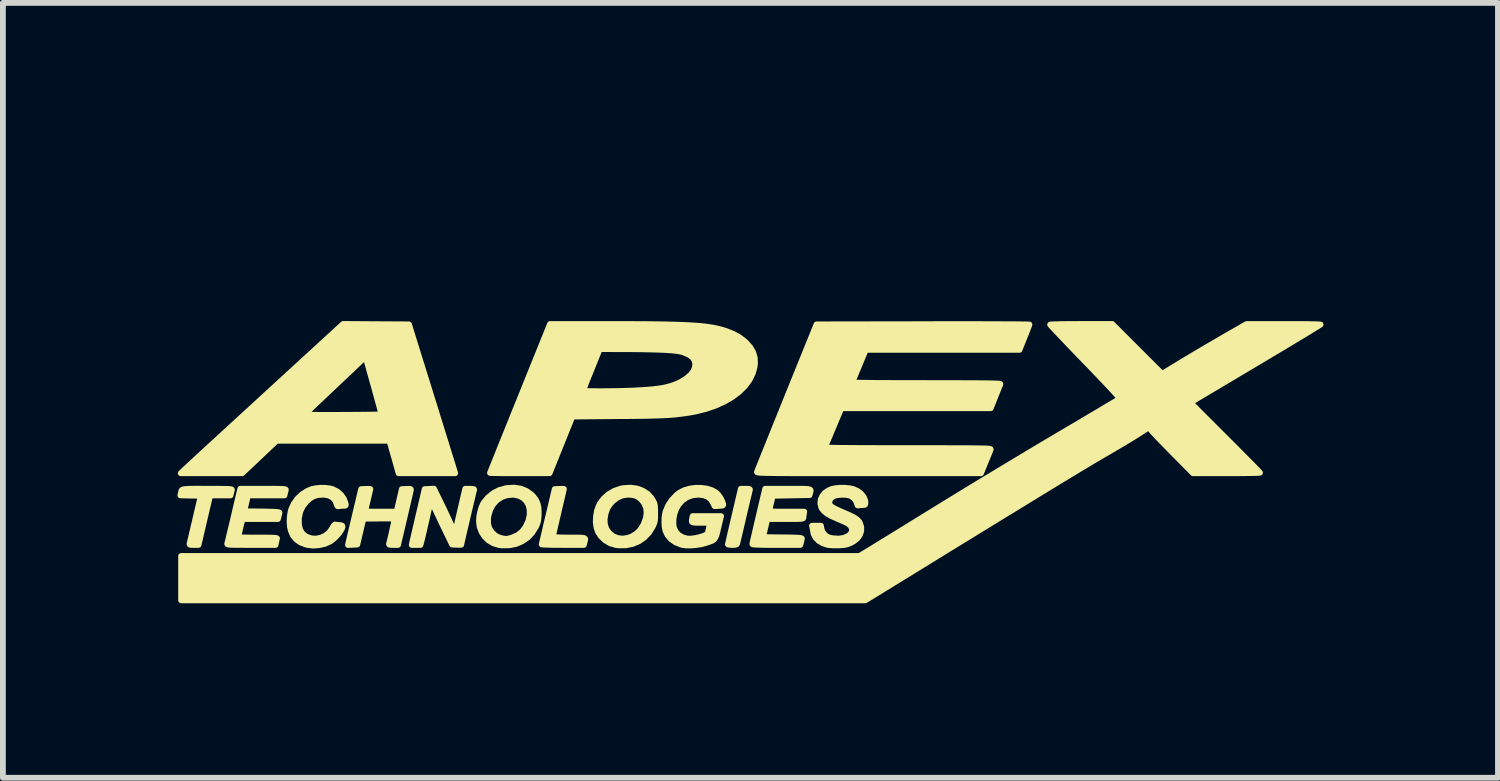
<source format=kicad_pcb>
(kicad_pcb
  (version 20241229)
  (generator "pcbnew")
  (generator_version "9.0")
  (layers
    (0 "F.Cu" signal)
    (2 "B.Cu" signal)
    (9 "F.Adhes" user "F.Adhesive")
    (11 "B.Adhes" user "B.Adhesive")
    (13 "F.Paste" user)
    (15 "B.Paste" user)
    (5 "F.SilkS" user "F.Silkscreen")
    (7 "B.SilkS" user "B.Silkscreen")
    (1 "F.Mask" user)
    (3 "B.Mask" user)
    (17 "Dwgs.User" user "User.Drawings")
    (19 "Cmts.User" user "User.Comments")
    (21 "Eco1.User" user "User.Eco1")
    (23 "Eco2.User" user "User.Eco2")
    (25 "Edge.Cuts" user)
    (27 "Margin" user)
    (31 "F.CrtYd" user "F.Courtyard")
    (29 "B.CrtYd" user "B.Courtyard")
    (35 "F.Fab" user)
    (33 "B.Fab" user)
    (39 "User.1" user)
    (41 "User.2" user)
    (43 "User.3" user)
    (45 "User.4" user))
  (footprint "LOGO_APEX_SILK"
    (layer "F.Cu")
    (at 9.779 4.868)
    (property "Reference" "LOGO_APEX_SILK" (at 0.05 -3.45 0) (layer "Eco1.User") (effects (font (size 1.524 1.524) (thickness 0.3))))
    (attr through_hole)
    (fp_poly (pts (xy 0.06 0.494) (xy 0.058 0.505) (xy 0.054 0.522) (xy 0.045 0.561) (xy 0.031 0.619) (xy 0.013 0.692) (xy -0.007 0.779) (xy -0.03 0.875) (xy -0.051 0.965) (xy -0.075 1.068) (xy -0.097 1.163) (xy -0.117 1.248) (xy -0.134 1.32) (xy -0.148 1.375) (xy -0.156 1.412) (xy -0.16 1.426) (xy -0.169 1.438) (xy -0.19 1.445) (xy -0.228 1.448) (xy -0.242 1.448) (xy -0.282 1.446) (xy -0.309 1.443) (xy -0.318 1.438) (xy -0.315 1.424) (xy -0.307 1.388) (xy -0.294 1.333) (xy -0.278 1.261) (xy -0.258 1.176) (xy -0.236 1.079) (xy -0.211 0.974) (xy -0.207 0.956) (xy -0.096 0.483) (xy -0.015 0.483) (xy 0.028 0.483) (xy 0.052 0.487) (xy 0.06 0.494)) (stroke (width 0.1) (type solid)) (fill yes) (layer "F.SilkS"))
    (fp_poly (pts (xy -8.843 0.502) (xy -8.844 0.505) (xy -8.852 0.534) (xy -8.859 0.562) (xy -8.867 0.597) (xy -9.042 0.597) (xy -9.217 0.597) (xy -9.255 0.759) (xy -9.271 0.824) (xy -9.29 0.906) (xy -9.312 0.998) (xy -9.334 1.094) (xy -9.355 1.184) (xy -9.417 1.448) (xy -9.497 1.448) (xy -9.54 1.447) (xy -9.563 1.444) (xy -9.571 1.437) (xy -9.57 1.422) (xy -9.569 1.419) (xy -9.565 1.4) (xy -9.555 1.36) (xy -9.541 1.301) (xy -9.524 1.227) (xy -9.504 1.141) (xy -9.481 1.047) (xy -9.47 0.997) (xy -9.377 0.603) (xy -9.553 0.6) (xy -9.729 0.596) (xy -9.721 0.562) (xy -9.717 0.54) (xy -9.713 0.523) (xy -9.708 0.51) (xy -9.697 0.5) (xy -9.68 0.493) (xy -9.653 0.488) (xy -9.614 0.485) (xy -9.559 0.483) (xy -9.488 0.482) (xy -9.396 0.482) (xy -9.281 0.483) (xy -9.269 0.483) (xy -9.153 0.483) (xy -9.06 0.483) (xy -8.987 0.484) (xy -8.932 0.485) (xy -8.893 0.486) (xy -8.867 0.489) (xy -8.852 0.492) (xy -8.845 0.496) (xy -8.843 0.502)) (stroke (width 0.1) (type solid)) (fill yes) (layer "F.SilkS"))
    (fp_poly (pts (xy -2.771 1.36) (xy -2.777 1.381) (xy -2.782 1.4) (xy -2.795 1.448) (xy -3.157 1.448) (xy -3.249 1.447) (xy -3.333 1.447) (xy -3.405 1.445) (xy -3.462 1.443) (xy -3.5 1.441) (xy -3.517 1.439) (xy -3.518 1.438) (xy -3.515 1.424) (xy -3.507 1.388) (xy -3.494 1.333) (xy -3.477 1.261) (xy -3.457 1.176) (xy -3.435 1.079) (xy -3.41 0.975) (xy -3.406 0.959) (xy -3.295 0.489) (xy -3.216 0.485) (xy -3.175 0.484) (xy -3.146 0.484) (xy -3.137 0.486) (xy -3.14 0.499) (xy -3.148 0.534) (xy -3.16 0.588) (xy -3.176 0.657) (xy -3.196 0.74) (xy -3.218 0.832) (xy -3.232 0.894) (xy -3.255 0.992) (xy -3.276 1.082) (xy -3.294 1.161) (xy -3.309 1.226) (xy -3.32 1.274) (xy -3.326 1.303) (xy -3.327 1.309) (xy -3.315 1.313) (xy -3.281 1.316) (xy -3.227 1.318) (xy -3.157 1.32) (xy -3.074 1.321) (xy -3.048 1.321) (xy -2.955 1.321) (xy -2.885 1.321) (xy -2.834 1.323) (xy -2.8 1.327) (xy -2.78 1.334) (xy -2.772 1.345) (xy -2.771 1.36)) (stroke (width 0.1) (type solid)) (fill yes) (layer "F.SilkS"))
    (fp_poly (pts (xy -5.767 0.492) (xy -5.768 0.506) (xy -5.768 0.511) (xy -5.773 0.529) (xy -5.782 0.57) (xy -5.796 0.629) (xy -5.813 0.704) (xy -5.834 0.792) (xy -5.857 0.89) (xy -5.881 0.994) (xy -5.988 1.448) (xy -6.068 1.448) (xy -6.112 1.447) (xy -6.135 1.444) (xy -6.143 1.436) (xy -6.142 1.426) (xy -6.136 1.401) (xy -6.125 1.359) (xy -6.112 1.305) (xy -6.098 1.244) (xy -6.084 1.18) (xy -6.07 1.119) (xy -6.058 1.066) (xy -6.05 1.026) (xy -6.045 1.005) (xy -6.045 1.003) (xy -6.058 0.998) (xy -6.095 0.995) (xy -6.155 0.993) (xy -6.238 0.993) (xy -6.315 0.994) (xy -6.584 0.997) (xy -6.636 1.219) (xy -6.688 1.441) (xy -6.767 1.445) (xy -6.847 1.449) (xy -6.839 1.407) (xy -6.834 1.385) (xy -6.824 1.342) (xy -6.81 1.28) (xy -6.791 1.203) (xy -6.77 1.113) (xy -6.747 1.015) (xy -6.726 0.927) (xy -6.622 0.489) (xy -6.543 0.485) (xy -6.502 0.484) (xy -6.474 0.485) (xy -6.464 0.487) (xy -6.467 0.501) (xy -6.475 0.535) (xy -6.486 0.585) (xy -6.501 0.646) (xy -6.509 0.679) (xy -6.524 0.744) (xy -6.537 0.8) (xy -6.547 0.842) (xy -6.553 0.866) (xy -6.553 0.87) (xy -6.541 0.872) (xy -6.507 0.874) (xy -6.455 0.875) (xy -6.389 0.876) (xy -6.312 0.876) (xy -6.283 0.876) (xy -6.012 0.876) (xy -5.967 0.683) (xy -5.923 0.489) (xy -5.843 0.485) (xy -5.799 0.484) (xy -5.776 0.485) (xy -5.767 0.492)) (stroke (width 0.1) (type solid)) (fill yes) (layer "F.SilkS"))
    (fp_poly (pts (xy 1.104 0.515) (xy 1.102 0.53) (xy 1.096 0.549) (xy 1.094 0.559) (xy 1.085 0.591) (xy 0.768 0.597) (xy 0.452 0.603) (xy 0.424 0.724) (xy 0.411 0.777) (xy 0.401 0.822) (xy 0.395 0.852) (xy 0.394 0.86) (xy 0.4 0.866) (xy 0.418 0.87) (xy 0.452 0.873) (xy 0.504 0.875) (xy 0.575 0.876) (xy 0.67 0.876) (xy 0.694 0.876) (xy 0.994 0.876) (xy 0.986 0.924) (xy 0.981 0.959) (xy 0.978 0.985) (xy 0.978 0.987) (xy 0.972 0.993) (xy 0.954 0.997) (xy 0.92 1) (xy 0.868 1.002) (xy 0.797 1.003) (xy 0.703 1.003) (xy 0.668 1.003) (xy 0.358 1.003) (xy 0.322 1.159) (xy 0.285 1.314) (xy 0.619 1.318) (xy 0.725 1.319) (xy 0.808 1.321) (xy 0.87 1.323) (xy 0.913 1.326) (xy 0.94 1.33) (xy 0.951 1.335) (xy 0.952 1.337) (xy 0.949 1.359) (xy 0.941 1.393) (xy 0.939 1.4) (xy 0.926 1.448) (xy 0.514 1.448) (xy 0.391 1.448) (xy 0.291 1.447) (xy 0.215 1.445) (xy 0.159 1.443) (xy 0.123 1.44) (xy 0.104 1.436) (xy 0.102 1.433) (xy 0.104 1.418) (xy 0.112 1.381) (xy 0.125 1.325) (xy 0.142 1.252) (xy 0.162 1.166) (xy 0.184 1.069) (xy 0.209 0.965) (xy 0.212 0.951) (xy 0.322 0.483) (xy 0.713 0.483) (xy 0.825 0.483) (xy 0.914 0.483) (xy 0.983 0.483) (xy 1.033 0.485) (xy 1.068 0.489) (xy 1.09 0.495) (xy 1.101 0.503) (xy 1.104 0.515)) (stroke (width 0.1) (type solid)) (fill yes) (layer "F.SilkS"))
    (fp_poly (pts (xy -3.57 0.899) (xy -3.571 0.933) (xy -3.575 0.995) (xy -3.582 1.041) (xy -3.594 1.082) (xy -3.614 1.128) (xy -3.619 1.138) (xy -3.682 1.239) (xy -3.725 1.283) (xy -3.725 0.845) (xy -3.744 0.765) (xy -3.782 0.696) (xy -3.836 0.642) (xy -3.906 0.605) (xy -3.99 0.586) (xy -4.027 0.585) (xy -4.128 0.597) (xy -4.218 0.631) (xy -4.296 0.686) (xy -4.359 0.758) (xy -4.406 0.848) (xy -4.435 0.951) (xy -4.441 0.997) (xy -4.44 1.086) (xy -4.419 1.162) (xy -4.378 1.227) (xy -4.372 1.233) (xy -4.318 1.284) (xy -4.261 1.316) (xy -4.207 1.332) (xy -4.16 1.342) (xy -4.12 1.343) (xy -4.078 1.336) (xy -4.024 1.32) (xy -4.021 1.319) (xy -3.93 1.278) (xy -3.855 1.218) (xy -3.795 1.138) (xy -3.75 1.038) (xy -3.747 1.031) (xy -3.725 0.935) (xy -3.725 0.845) (xy -3.725 1.283) (xy -3.762 1.323) (xy -3.857 1.387) (xy -3.963 1.432) (xy -4.079 1.454) (xy -4.202 1.455) (xy -4.255 1.448) (xy -4.349 1.42) (xy -4.432 1.371) (xy -4.501 1.304) (xy -4.553 1.224) (xy -4.586 1.133) (xy -4.597 1.037) (xy -4.592 0.965) (xy -4.578 0.887) (xy -4.557 0.812) (xy -4.531 0.75) (xy -4.518 0.726) (xy -4.441 0.632) (xy -4.349 0.557) (xy -4.244 0.503) (xy -4.128 0.472) (xy -4.113 0.47) (xy -3.992 0.463) (xy -3.882 0.48) (xy -3.784 0.518) (xy -3.698 0.578) (xy -3.663 0.614) (xy -3.619 0.672) (xy -3.59 0.735) (xy -3.574 0.809) (xy -3.57 0.899)) (stroke (width 0.1) (type solid)) (fill yes) (layer "F.SilkS"))
    (fp_poly (pts (xy -1.569 0.898) (xy -1.569 0.902) (xy -1.569 0.966) (xy -1.571 1.012) (xy -1.576 1.047) (xy -1.586 1.078) (xy -1.6 1.113) (xy -1.611 1.134) (xy -1.674 1.236) (xy -1.715 1.279) (xy -1.715 0.892) (xy -1.725 0.806) (xy -1.759 0.728) (xy -1.804 0.671) (xy -1.854 0.628) (xy -1.907 0.601) (xy -1.969 0.588) (xy -2.038 0.584) (xy -2.13 0.597) (xy -2.216 0.634) (xy -2.295 0.695) (xy -2.304 0.703) (xy -2.356 0.763) (xy -2.393 0.825) (xy -2.419 0.901) (xy -2.421 0.908) (xy -2.438 1.009) (xy -2.432 1.099) (xy -2.405 1.179) (xy -2.358 1.243) (xy -2.288 1.299) (xy -2.21 1.331) (xy -2.125 1.34) (xy -2.033 1.325) (xy -1.967 1.3) (xy -1.89 1.254) (xy -1.827 1.191) (xy -1.774 1.107) (xy -1.763 1.084) (xy -1.727 0.985) (xy -1.715 0.892) (xy -1.715 1.279) (xy -1.754 1.32) (xy -1.848 1.385) (xy -1.954 1.43) (xy -2.069 1.454) (xy -2.192 1.455) (xy -2.248 1.448) (xy -2.344 1.419) (xy -2.43 1.368) (xy -2.502 1.299) (xy -2.55 1.226) (xy -2.577 1.149) (xy -2.589 1.06) (xy -2.586 0.963) (xy -2.57 0.867) (xy -2.539 0.779) (xy -2.52 0.74) (xy -2.453 0.65) (xy -2.369 0.575) (xy -2.27 0.518) (xy -2.161 0.48) (xy -2.106 0.47) (xy -1.989 0.464) (xy -1.881 0.479) (xy -1.785 0.514) (xy -1.701 0.567) (xy -1.634 0.639) (xy -1.6 0.694) (xy -1.586 0.724) (xy -1.577 0.753) (xy -1.572 0.787) (xy -1.569 0.833) (xy -1.569 0.898)) (stroke (width 0.1) (type solid)) (fill yes) (layer "F.SilkS"))
    (fp_poly (pts (xy -4.68 0.498) (xy -4.68 0.498) (xy -4.684 0.514) (xy -4.693 0.55) (xy -4.706 0.604) (xy -4.722 0.673) (xy -4.741 0.753) (xy -4.762 0.841) (xy -4.784 0.934) (xy -4.806 1.028) (xy -4.827 1.119) (xy -4.848 1.206) (xy -4.866 1.284) (xy -4.881 1.35) (xy -4.893 1.401) (xy -4.9 1.433) (xy -4.902 1.444) (xy -4.914 1.446) (xy -4.944 1.446) (xy -4.981 1.445) (xy -5.059 1.441) (xy -5.203 1.143) (xy -5.244 1.057) (xy -5.283 0.974) (xy -5.319 0.897) (xy -5.35 0.832) (xy -5.372 0.782) (xy -5.383 0.757) (xy -5.403 0.712) (xy -5.416 0.691) (xy -5.426 0.694) (xy -5.434 0.722) (xy -5.442 0.762) (xy -5.447 0.788) (xy -5.458 0.834) (xy -5.472 0.896) (xy -5.488 0.969) (xy -5.506 1.048) (xy -5.525 1.129) (xy -5.543 1.208) (xy -5.56 1.28) (xy -5.574 1.34) (xy -5.585 1.383) (xy -5.589 1.4) (xy -5.602 1.448) (xy -5.677 1.448) (xy -5.752 1.448) (xy -5.745 1.413) (xy -5.741 1.393) (xy -5.731 1.351) (xy -5.717 1.29) (xy -5.699 1.214) (xy -5.679 1.126) (xy -5.656 1.028) (xy -5.634 0.933) (xy -5.53 0.489) (xy -5.45 0.485) (xy -5.371 0.481) (xy -5.224 0.781) (xy -5.183 0.867) (xy -5.143 0.952) (xy -5.107 1.03) (xy -5.076 1.097) (xy -5.054 1.149) (xy -5.043 1.175) (xy -5.008 1.271) (xy -4.994 1.191) (xy -4.987 1.156) (xy -4.975 1.101) (xy -4.96 1.031) (xy -4.941 0.949) (xy -4.921 0.86) (xy -4.906 0.797) (xy -4.833 0.483) (xy -4.754 0.483) (xy -4.708 0.484) (xy -4.684 0.489) (xy -4.68 0.498)) (stroke (width 0.1) (type solid)) (fill yes) (layer "F.SilkS"))
    (fp_poly (pts (xy -6.886 0.76) (xy -6.892 0.772) (xy -6.916 0.775) (xy -6.93 0.775) (xy -6.97 0.777) (xy -7.003 0.782) (xy -7.005 0.782) (xy -7.026 0.783) (xy -7.037 0.765) (xy -7.04 0.753) (xy -7.066 0.686) (xy -7.111 0.635) (xy -7.173 0.601) (xy -7.251 0.585) (xy -7.281 0.584) (xy -7.369 0.591) (xy -7.444 0.614) (xy -7.511 0.656) (xy -7.558 0.7) (xy -7.623 0.78) (xy -7.666 0.868) (xy -7.689 0.968) (xy -7.693 1.01) (xy -7.691 1.107) (xy -7.671 1.186) (xy -7.634 1.249) (xy -7.577 1.297) (xy -7.558 1.307) (xy -7.478 1.335) (xy -7.394 1.34) (xy -7.313 1.323) (xy -7.236 1.287) (xy -7.17 1.233) (xy -7.119 1.163) (xy -7.112 1.148) (xy -7.09 1.111) (xy -7.071 1.097) (xy -7.065 1.098) (xy -7.039 1.103) (xy -7.006 1.105) (xy -6.972 1.108) (xy -6.949 1.116) (xy -6.942 1.134) (xy -6.951 1.165) (xy -6.973 1.205) (xy -7.005 1.25) (xy -7.044 1.295) (xy -7.088 1.338) (xy -7.133 1.375) (xy -7.157 1.39) (xy -7.244 1.429) (xy -7.344 1.452) (xy -7.448 1.459) (xy -7.546 1.448) (xy -7.569 1.442) (xy -7.664 1.406) (xy -7.739 1.353) (xy -7.795 1.284) (xy -7.832 1.197) (xy -7.847 1.126) (xy -7.852 1.045) (xy -7.847 0.956) (xy -7.833 0.872) (xy -7.826 0.844) (xy -7.782 0.744) (xy -7.717 0.653) (xy -7.636 0.576) (xy -7.542 0.517) (xy -7.464 0.486) (xy -7.397 0.473) (xy -7.318 0.466) (xy -7.237 0.467) (xy -7.163 0.476) (xy -7.117 0.487) (xy -7.036 0.526) (xy -6.969 0.584) (xy -6.919 0.655) (xy -6.89 0.733) (xy -6.886 0.76)) (stroke (width 0.1) (type solid)) (fill yes) (layer "F.SilkS"))
    (fp_poly (pts (xy -7.917 0.498) (xy -7.917 0.505) (xy -7.917 0.505) (xy -7.925 0.534) (xy -7.932 0.562) (xy -7.94 0.597) (xy -8.254 0.597) (xy -8.568 0.597) (xy -8.599 0.733) (xy -8.631 0.87) (xy -8.329 0.873) (xy -8.228 0.875) (xy -8.15 0.877) (xy -8.093 0.879) (xy -8.055 0.883) (xy -8.034 0.887) (xy -8.027 0.892) (xy -8.026 0.892) (xy -8.03 0.914) (xy -8.038 0.948) (xy -8.04 0.956) (xy -8.053 1.003) (xy -8.357 1.003) (xy -8.66 1.003) (xy -8.673 1.051) (xy -8.683 1.088) (xy -8.695 1.139) (xy -8.706 1.187) (xy -8.717 1.235) (xy -8.726 1.275) (xy -8.733 1.298) (xy -8.733 1.299) (xy -8.733 1.305) (xy -8.729 1.31) (xy -8.716 1.314) (xy -8.693 1.317) (xy -8.656 1.319) (xy -8.604 1.32) (xy -8.532 1.321) (xy -8.439 1.321) (xy -8.401 1.321) (xy -8.298 1.321) (xy -8.218 1.322) (xy -8.158 1.323) (xy -8.116 1.325) (xy -8.088 1.327) (xy -8.073 1.331) (xy -8.068 1.336) (xy -8.069 1.339) (xy -8.076 1.363) (xy -8.083 1.399) (xy -8.084 1.402) (xy -8.093 1.448) (xy -8.511 1.448) (xy -8.625 1.448) (xy -8.717 1.447) (xy -8.788 1.447) (xy -8.841 1.446) (xy -8.878 1.444) (xy -8.903 1.441) (xy -8.917 1.438) (xy -8.923 1.433) (xy -8.924 1.428) (xy -8.923 1.426) (xy -8.919 1.408) (xy -8.909 1.369) (xy -8.895 1.312) (xy -8.878 1.238) (xy -8.857 1.152) (xy -8.834 1.056) (xy -8.814 0.972) (xy -8.79 0.869) (xy -8.768 0.774) (xy -8.748 0.689) (xy -8.731 0.617) (xy -8.718 0.561) (xy -8.709 0.525) (xy -8.706 0.511) (xy -8.699 0.483) (xy -8.305 0.483) (xy -8.194 0.483) (xy -8.107 0.483) (xy -8.039 0.484) (xy -7.989 0.485) (xy -7.955 0.487) (xy -7.933 0.49) (xy -7.921 0.494) (xy -7.917 0.498)) (stroke (width 0.1) (type solid)) (fill yes) (layer "F.SilkS"))
    (fp_poly (pts (xy -0.398 0.757) (xy -0.403 0.768) (xy -0.422 0.773) (xy -0.459 0.776) (xy -0.471 0.777) (xy -0.548 0.781) (xy -0.567 0.737) (xy -0.607 0.67) (xy -0.662 0.622) (xy -0.734 0.594) (xy -0.823 0.584) (xy -0.825 0.584) (xy -0.929 0.595) (xy -1.022 0.629) (xy -1.102 0.684) (xy -1.168 0.76) (xy -1.208 0.832) (xy -1.236 0.91) (xy -1.253 0.996) (xy -1.256 1.081) (xy -1.246 1.152) (xy -1.214 1.222) (xy -1.163 1.278) (xy -1.094 1.318) (xy -1.015 1.339) (xy -0.959 1.34) (xy -0.89 1.332) (xy -0.816 1.317) (xy -0.746 1.296) (xy -0.72 1.285) (xy -0.689 1.27) (xy -0.671 1.255) (xy -0.66 1.231) (xy -0.651 1.19) (xy -0.649 1.181) (xy -0.64 1.137) (xy -0.631 1.101) (xy -0.626 1.085) (xy -0.628 1.077) (xy -0.64 1.072) (xy -0.668 1.069) (xy -0.713 1.067) (xy -0.78 1.067) (xy -0.848 1.067) (xy -0.894 1.065) (xy -0.922 1.061) (xy -0.936 1.051) (xy -0.939 1.034) (xy -0.935 1.009) (xy -0.932 0.992) (xy -0.924 0.953) (xy -0.68 0.953) (xy -0.436 0.953) (xy -0.482 1.145) (xy -0.5 1.223) (xy -0.516 1.28) (xy -0.533 1.321) (xy -0.553 1.35) (xy -0.581 1.372) (xy -0.621 1.389) (xy -0.674 1.407) (xy -0.705 1.417) (xy -0.782 1.437) (xy -0.868 1.45) (xy -0.955 1.457) (xy -1.035 1.456) (xy -1.102 1.448) (xy -1.118 1.444) (xy -1.216 1.405) (xy -1.296 1.35) (xy -1.355 1.281) (xy -1.391 1.206) (xy -1.405 1.141) (xy -1.41 1.063) (xy -1.408 0.98) (xy -1.397 0.904) (xy -1.39 0.876) (xy -1.346 0.771) (xy -1.282 0.674) (xy -1.201 0.589) (xy -1.149 0.549) (xy -1.07 0.508) (xy -0.977 0.48) (xy -0.876 0.467) (xy -0.774 0.467) (xy -0.676 0.481) (xy -0.589 0.509) (xy -0.526 0.544) (xy -0.485 0.583) (xy -0.446 0.638) (xy -0.415 0.698) (xy -0.402 0.739) (xy -0.398 0.757)) (stroke (width 0.1) (type solid)) (fill yes) (layer "F.SilkS"))
    (fp_poly (pts (xy -5.006 0.216) (xy -5.492 0.216) (xy -5.978 0.216) (xy -6.038 0.003) (xy -6.059 -0.072) (xy -6.08 -0.144) (xy -6.098 -0.207) (xy -6.111 -0.255) (xy -6.117 -0.276) (xy -6.136 -0.343) (xy -6.273 -0.343) (xy -6.273 -0.797) (xy -6.277 -0.811) (xy -6.286 -0.847) (xy -6.301 -0.901) (xy -6.32 -0.973) (xy -6.344 -1.058) (xy -6.37 -1.155) (xy -6.399 -1.26) (xy -6.41 -1.298) (xy -6.547 -1.789) (xy -6.629 -1.71) (xy -6.656 -1.685) (xy -6.698 -1.645) (xy -6.754 -1.591) (xy -6.822 -1.527) (xy -6.9 -1.454) (xy -6.984 -1.374) (xy -7.074 -1.289) (xy -7.153 -1.214) (xy -7.242 -1.13) (xy -7.324 -1.052) (xy -7.399 -0.981) (xy -7.464 -0.919) (xy -7.518 -0.867) (xy -7.559 -0.828) (xy -7.585 -0.802) (xy -7.595 -0.792) (xy -7.595 -0.792) (xy -7.582 -0.791) (xy -7.548 -0.789) (xy -7.493 -0.789) (xy -7.422 -0.788) (xy -7.337 -0.787) (xy -7.241 -0.787) (xy -7.137 -0.787) (xy -7.027 -0.787) (xy -6.915 -0.788) (xy -6.804 -0.788) (xy -6.696 -0.789) (xy -6.594 -0.79) (xy -6.501 -0.791) (xy -6.421 -0.792) (xy -6.355 -0.793) (xy -6.307 -0.794) (xy -6.279 -0.796) (xy -6.273 -0.797) (xy -6.273 -0.343) (xy -7.105 -0.343) (xy -8.075 -0.343) (xy -8.37 -0.064) (xy -8.666 0.216) (xy -9.194 0.216) (xy -9.722 0.216) (xy -9.665 0.16) (xy -9.649 0.145) (xy -9.615 0.114) (xy -9.565 0.067) (xy -9.499 0.007) (xy -9.42 -0.067) (xy -9.327 -0.152) (xy -9.222 -0.249) (xy -9.106 -0.355) (xy -8.98 -0.471) (xy -8.845 -0.595) (xy -8.703 -0.725) (xy -8.554 -0.862) (xy -8.4 -1.003) (xy -8.27 -1.123) (xy -6.932 -2.35) (xy -6.366 -2.346) (xy -5.8 -2.343) (xy -5.415 -1.105) (xy -5.361 -0.933) (xy -5.31 -0.767) (xy -5.261 -0.609) (xy -5.215 -0.461) (xy -5.172 -0.324) (xy -5.134 -0.2) (xy -5.1 -0.091) (xy -5.071 0.001) (xy -5.048 0.076) (xy -5.031 0.131) (xy -5.021 0.165) (xy -5.018 0.175) (xy -5.006 0.216)) (stroke (width 0.1) (type solid)) (fill yes) (layer "F.SilkS"))
    (fp_poly (pts (xy 2.045 0.717) (xy 2.043 0.746) (xy 2.034 0.759) (xy 2.008 0.762) (xy 1.995 0.762) (xy 1.958 0.764) (xy 1.929 0.768) (xy 1.926 0.769) (xy 1.911 0.768) (xy 1.901 0.745) (xy 1.898 0.731) (xy 1.878 0.683) (xy 1.839 0.638) (xy 1.79 0.606) (xy 1.766 0.597) (xy 1.709 0.587) (xy 1.642 0.585) (xy 1.576 0.59) (xy 1.521 0.601) (xy 1.512 0.604) (xy 1.462 0.634) (xy 1.432 0.674) (xy 1.423 0.719) (xy 1.436 0.763) (xy 1.452 0.781) (xy 1.484 0.803) (xy 1.533 0.83) (xy 1.603 0.862) (xy 1.694 0.902) (xy 1.713 0.91) (xy 1.799 0.948) (xy 1.863 0.982) (xy 1.908 1.015) (xy 1.938 1.048) (xy 1.948 1.064) (xy 1.973 1.137) (xy 1.973 1.209) (xy 1.95 1.276) (xy 1.906 1.337) (xy 1.84 1.389) (xy 1.789 1.416) (xy 1.746 1.433) (xy 1.705 1.444) (xy 1.657 1.451) (xy 1.593 1.455) (xy 1.583 1.455) (xy 1.521 1.456) (xy 1.463 1.454) (xy 1.416 1.45) (xy 1.399 1.448) (xy 1.314 1.42) (xy 1.244 1.379) (xy 1.19 1.325) (xy 1.157 1.263) (xy 1.15 1.235) (xy 1.143 1.193) (xy 1.136 1.155) (xy 1.135 1.153) (xy 1.128 1.118) (xy 1.204 1.118) (xy 1.28 1.118) (xy 1.29 1.172) (xy 1.309 1.226) (xy 1.345 1.271) (xy 1.374 1.297) (xy 1.404 1.314) (xy 1.444 1.326) (xy 1.482 1.333) (xy 1.585 1.34) (xy 1.676 1.326) (xy 1.749 1.294) (xy 1.794 1.255) (xy 1.815 1.21) (xy 1.813 1.163) (xy 1.788 1.118) (xy 1.741 1.078) (xy 1.74 1.078) (xy 1.716 1.066) (xy 1.675 1.047) (xy 1.621 1.023) (xy 1.561 0.998) (xy 1.558 0.996) (xy 1.459 0.952) (xy 1.384 0.909) (xy 1.331 0.866) (xy 1.296 0.822) (xy 1.287 0.804) (xy 1.271 0.735) (xy 1.277 0.666) (xy 1.306 0.603) (xy 1.354 0.548) (xy 1.421 0.505) (xy 1.463 0.488) (xy 1.529 0.473) (xy 1.61 0.466) (xy 1.696 0.466) (xy 1.778 0.475) (xy 1.833 0.487) (xy 1.906 0.518) (xy 1.967 0.563) (xy 2.013 0.618) (xy 2.04 0.677) (xy 2.045 0.717)) (stroke (width 0.1) (type solid)) (fill yes) (layer "F.SilkS"))
    (fp_poly (pts (xy 0.147 -1.67) (xy 0.14 -1.614) (xy 0.108 -1.498) (xy 0.052 -1.386) (xy -0.026 -1.281) (xy -0.124 -1.184) (xy -0.242 -1.095) (xy -0.377 -1.016) (xy -0.529 -0.947) (xy -0.695 -0.89) (xy -0.875 -0.845) (xy -0.879 -0.844) (xy -0.879 -1.671) (xy -0.896 -1.734) (xy -0.933 -1.782) (xy -0.994 -1.824) (xy -1.079 -1.86) (xy -1.1 -1.867) (xy -1.147 -1.878) (xy -1.211 -1.888) (xy -1.294 -1.896) (xy -1.396 -1.903) (xy -1.519 -1.908) (xy -1.663 -1.912) (xy -1.831 -1.915) (xy -2.022 -1.917) (xy -2.115 -1.917) (xy -2.522 -1.918) (xy -2.664 -1.565) (xy -2.7 -1.476) (xy -2.733 -1.395) (xy -2.761 -1.324) (xy -2.783 -1.267) (xy -2.799 -1.226) (xy -2.806 -1.205) (xy -2.807 -1.203) (xy -2.795 -1.2) (xy -2.76 -1.198) (xy -2.707 -1.196) (xy -2.637 -1.195) (xy -2.555 -1.194) (xy -2.463 -1.194) (xy -2.365 -1.195) (xy -2.263 -1.196) (xy -2.161 -1.198) (xy -2.062 -1.201) (xy -1.97 -1.204) (xy -1.905 -1.207) (xy -1.751 -1.216) (xy -1.618 -1.227) (xy -1.505 -1.24) (xy -1.406 -1.257) (xy -1.319 -1.279) (xy -1.241 -1.304) (xy -1.167 -1.335) (xy -1.127 -1.355) (xy -1.035 -1.412) (xy -0.963 -1.473) (xy -0.912 -1.538) (xy -0.884 -1.605) (xy -0.879 -1.671) (xy -0.879 -0.844) (xy -0.98 -0.826) (xy -1.051 -0.815) (xy -1.119 -0.806) (xy -1.187 -0.798) (xy -1.256 -0.791) (xy -1.33 -0.785) (xy -1.411 -0.781) (xy -1.502 -0.777) (xy -1.605 -0.774) (xy -1.722 -0.771) (xy -1.858 -0.769) (xy -2.013 -0.767) (xy -2.19 -0.766) (xy -2.21 -0.766) (xy -2.991 -0.759) (xy -3.187 -0.272) (xy -3.383 0.216) (xy -3.895 0.216) (xy -4.006 0.216) (xy -4.109 0.215) (xy -4.201 0.215) (xy -4.279 0.214) (xy -4.341 0.213) (xy -4.384 0.212) (xy -4.405 0.211) (xy -4.407 0.21) (xy -4.402 0.198) (xy -4.389 0.164) (xy -4.367 0.109) (xy -4.337 0.036) (xy -4.301 -0.055) (xy -4.258 -0.162) (xy -4.21 -0.282) (xy -4.156 -0.415) (xy -4.098 -0.559) (xy -4.036 -0.713) (xy -3.971 -0.874) (xy -3.923 -0.993) (xy -3.855 -1.161) (xy -3.79 -1.323) (xy -3.727 -1.478) (xy -3.668 -1.625) (xy -3.613 -1.76) (xy -3.563 -1.884) (xy -3.519 -1.994) (xy -3.481 -2.088) (xy -3.45 -2.164) (xy -3.427 -2.222) (xy -3.412 -2.258) (xy -3.407 -2.27) (xy -3.375 -2.349) (xy -2.421 -2.349) (xy -2.168 -2.349) (xy -1.939 -2.348) (xy -1.732 -2.347) (xy -1.546 -2.345) (xy -1.379 -2.342) (xy -1.23 -2.338) (xy -1.097 -2.334) (xy -0.979 -2.328) (xy -0.874 -2.322) (xy -0.78 -2.314) (xy -0.697 -2.305) (xy -0.622 -2.294) (xy -0.554 -2.283) (xy -0.491 -2.269) (xy -0.432 -2.254) (xy -0.375 -2.237) (xy -0.343 -2.226) (xy -0.228 -2.181) (xy -0.131 -2.129) (xy -0.044 -2.064) (xy -0.01 -2.034) (xy 0.065 -1.95) (xy 0.116 -1.863) (xy 0.143 -1.77) (xy 0.147 -1.67)) (stroke (width 0.1) (type solid)) (fill yes) (layer "F.SilkS"))
    (fp_poly (pts (xy 4.864 -2.34) (xy 4.86 -2.326) (xy 4.847 -2.292) (xy 4.828 -2.242) (xy 4.804 -2.181) (xy 4.779 -2.118) (xy 4.693 -1.905) (xy 3.372 -1.905) (xy 2.051 -1.905) (xy 1.937 -1.63) (xy 1.904 -1.552) (xy 1.875 -1.481) (xy 1.85 -1.422) (xy 1.832 -1.377) (xy 1.821 -1.351) (xy 1.818 -1.345) (xy 1.83 -1.343) (xy 1.866 -1.341) (xy 1.923 -1.34) (xy 2.002 -1.339) (xy 2.099 -1.338) (xy 2.214 -1.336) (xy 2.345 -1.336) (xy 2.49 -1.335) (xy 2.647 -1.334) (xy 2.816 -1.334) (xy 2.994 -1.334) (xy 3.093 -1.334) (xy 3.308 -1.333) (xy 3.5 -1.333) (xy 3.668 -1.333) (xy 3.815 -1.332) (xy 3.942 -1.332) (xy 4.049 -1.331) (xy 4.138 -1.33) (xy 4.211 -1.329) (xy 4.268 -1.327) (xy 4.31 -1.326) (xy 4.34 -1.324) (xy 4.358 -1.321) (xy 4.365 -1.319) (xy 4.365 -1.318) (xy 4.359 -1.301) (xy 4.344 -1.265) (xy 4.324 -1.214) (xy 4.299 -1.152) (xy 4.279 -1.102) (xy 4.199 -0.902) (xy 2.915 -0.902) (xy 1.631 -0.902) (xy 1.492 -0.57) (xy 1.456 -0.484) (xy 1.423 -0.405) (xy 1.394 -0.337) (xy 1.372 -0.283) (xy 1.356 -0.245) (xy 1.349 -0.228) (xy 1.348 -0.227) (xy 1.36 -0.225) (xy 1.396 -0.224) (xy 1.454 -0.223) (xy 1.534 -0.221) (xy 1.633 -0.22) (xy 1.75 -0.219) (xy 1.884 -0.218) (xy 2.033 -0.217) (xy 2.197 -0.217) (xy 2.372 -0.216) (xy 2.559 -0.216) (xy 2.755 -0.216) (xy 2.775 -0.216) (xy 2.997 -0.216) (xy 3.194 -0.216) (xy 3.369 -0.216) (xy 3.522 -0.215) (xy 3.655 -0.215) (xy 3.77 -0.215) (xy 3.868 -0.214) (xy 3.95 -0.213) (xy 4.017 -0.212) (xy 4.071 -0.211) (xy 4.114 -0.21) (xy 4.146 -0.208) (xy 4.169 -0.206) (xy 4.184 -0.204) (xy 4.194 -0.201) (xy 4.198 -0.198) (xy 4.199 -0.195) (xy 4.198 -0.194) (xy 4.191 -0.175) (xy 4.176 -0.137) (xy 4.155 -0.084) (xy 4.129 -0.022) (xy 4.111 0.022) (xy 4.032 0.216) (xy 2.104 0.216) (xy 1.845 0.216) (xy 1.61 0.216) (xy 1.398 0.216) (xy 1.208 0.216) (xy 1.039 0.215) (xy 0.89 0.215) (xy 0.758 0.215) (xy 0.644 0.214) (xy 0.546 0.214) (xy 0.462 0.213) (xy 0.393 0.212) (xy 0.335 0.211) (xy 0.289 0.21) (xy 0.253 0.208) (xy 0.226 0.206) (xy 0.206 0.204) (xy 0.193 0.202) (xy 0.185 0.2) (xy 0.182 0.197) (xy 0.181 0.194) (xy 0.181 0.194) (xy 0.187 0.179) (xy 0.201 0.143) (xy 0.224 0.086) (xy 0.254 0.01) (xy 0.292 -0.083) (xy 0.336 -0.192) (xy 0.385 -0.315) (xy 0.44 -0.451) (xy 0.499 -0.598) (xy 0.562 -0.754) (xy 0.628 -0.918) (xy 0.696 -1.086) (xy 1.205 -2.343) (xy 3.034 -2.346) (xy 3.248 -2.347) (xy 3.454 -2.347) (xy 3.652 -2.347) (xy 3.84 -2.347) (xy 4.017 -2.347) (xy 4.181 -2.346) (xy 4.33 -2.346) (xy 4.465 -2.345) (xy 4.582 -2.345) (xy 4.681 -2.344) (xy 4.76 -2.343) (xy 4.818 -2.342) (xy 4.853 -2.341) (xy 4.864 -2.34)) (stroke (width 0.1) (type solid)) (fill yes) (layer "F.SilkS"))
    (fp_poly (pts (xy 9.868 -2.34) (xy 9.857 -2.332) (xy 9.826 -2.313) (xy 9.776 -2.282) (xy 9.708 -2.24) (xy 9.625 -2.189) (xy 9.527 -2.13) (xy 9.415 -2.063) (xy 9.292 -1.989) (xy 9.159 -1.909) (xy 9.016 -1.824) (xy 8.867 -1.735) (xy 8.749 -1.665) (xy 7.63 -0.999) (xy 8.228 -0.401) (xy 8.33 -0.299) (xy 8.427 -0.202) (xy 8.516 -0.112) (xy 8.597 -0.03) (xy 8.669 0.042) (xy 8.728 0.103) (xy 8.775 0.151) (xy 8.808 0.185) (xy 8.825 0.204) (xy 8.826 0.206) (xy 8.814 0.208) (xy 8.779 0.21) (xy 8.724 0.212) (xy 8.65 0.213) (xy 8.562 0.214) (xy 8.46 0.215) (xy 8.349 0.216) (xy 8.252 0.216) (xy 7.676 0.216) (xy 7.352 -0.111) (xy 7.275 -0.189) (xy 7.201 -0.265) (xy 7.133 -0.335) (xy 7.073 -0.396) (xy 7.024 -0.448) (xy 6.989 -0.486) (xy 6.971 -0.506) (xy 6.915 -0.573) (xy 6.813 -0.507) (xy 6.747 -0.464) (xy 6.672 -0.417) (xy 6.587 -0.365) (xy 6.49 -0.307) (xy 6.377 -0.24) (xy 6.248 -0.164) (xy 6.098 -0.077) (xy 6.064 -0.057) (xy 6.018 -0.03) (xy 5.963 0.002) (xy 5.9 0.04) (xy 5.828 0.083) (xy 5.746 0.132) (xy 5.654 0.188) (xy 5.55 0.251) (xy 5.434 0.321) (xy 5.306 0.399) (xy 5.165 0.485) (xy 5.009 0.58) (xy 4.839 0.684) (xy 4.654 0.798) (xy 4.452 0.921) (xy 4.234 1.055) (xy 3.998 1.199) (xy 3.745 1.355) (xy 3.472 1.522) (xy 3.18 1.702) (xy 2.868 1.894) (xy 2.536 2.098) (xy 2.486 2.129) (xy 2.044 2.4) (xy -3.836 2.4) (xy -9.716 2.4) (xy -9.716 2.019) (xy -9.716 1.638) (xy -3.885 1.638) (xy 1.945 1.638) (xy 2.093 1.548) (xy 2.126 1.528) (xy 2.178 1.496) (xy 2.248 1.452) (xy 2.335 1.399) (xy 2.436 1.337) (xy 2.55 1.267) (xy 2.675 1.19) (xy 2.809 1.107) (xy 2.95 1.02) (xy 3.098 0.929) (xy 3.249 0.836) (xy 3.283 0.815) (xy 3.464 0.704) (xy 3.661 0.583) (xy 3.872 0.454) (xy 4.092 0.321) (xy 4.316 0.186) (xy 4.54 0.051) (xy 4.76 -0.081) (xy 4.972 -0.208) (xy 5.171 -0.326) (xy 5.353 -0.434) (xy 5.366 -0.442) (xy 5.515 -0.53) (xy 5.658 -0.614) (xy 5.793 -0.694) (xy 5.919 -0.769) (xy 6.035 -0.837) (xy 6.138 -0.899) (xy 6.227 -0.952) (xy 6.301 -0.996) (xy 6.359 -1.03) (xy 6.398 -1.054) (xy 6.417 -1.066) (xy 6.418 -1.067) (xy 6.411 -1.078) (xy 6.388 -1.105) (xy 6.35 -1.148) (xy 6.299 -1.204) (xy 6.235 -1.272) (xy 6.16 -1.352) (xy 6.076 -1.44) (xy 5.984 -1.537) (xy 5.885 -1.64) (xy 5.824 -1.702) (xy 5.723 -1.808) (xy 5.626 -1.908) (xy 5.537 -2.001) (xy 5.456 -2.086) (xy 5.384 -2.161) (xy 5.324 -2.225) (xy 5.276 -2.276) (xy 5.242 -2.313) (xy 5.223 -2.334) (xy 5.22 -2.338) (xy 5.232 -2.341) (xy 5.267 -2.343) (xy 5.323 -2.345) (xy 5.396 -2.347) (xy 5.485 -2.348) (xy 5.586 -2.349) (xy 5.698 -2.349) (xy 5.753 -2.35) (xy 6.287 -2.35) (xy 6.716 -1.921) (xy 7.145 -1.492) (xy 7.455 -1.681) (xy 7.544 -1.735) (xy 7.65 -1.798) (xy 7.766 -1.867) (xy 7.888 -1.939) (xy 8.01 -2.01) (xy 8.126 -2.078) (xy 8.181 -2.11) (xy 8.597 -2.349) (xy 9.232 -2.349) (xy 9.357 -2.349) (xy 9.473 -2.349) (xy 9.579 -2.348) (xy 9.672 -2.347) (xy 9.75 -2.345) (xy 9.81 -2.344) (xy 9.85 -2.342) (xy 9.867 -2.34) (xy 9.868 -2.34)) (stroke (width 0.1) (type solid)) (fill yes) (layer "F.SilkS")))
  (gr_rect
    (start -3 -3)
    (end 22.696 10.318)
    (stroke (width 0.1) (type default))
    (fill no)
    (layer "Edge.Cuts")))
</source>
